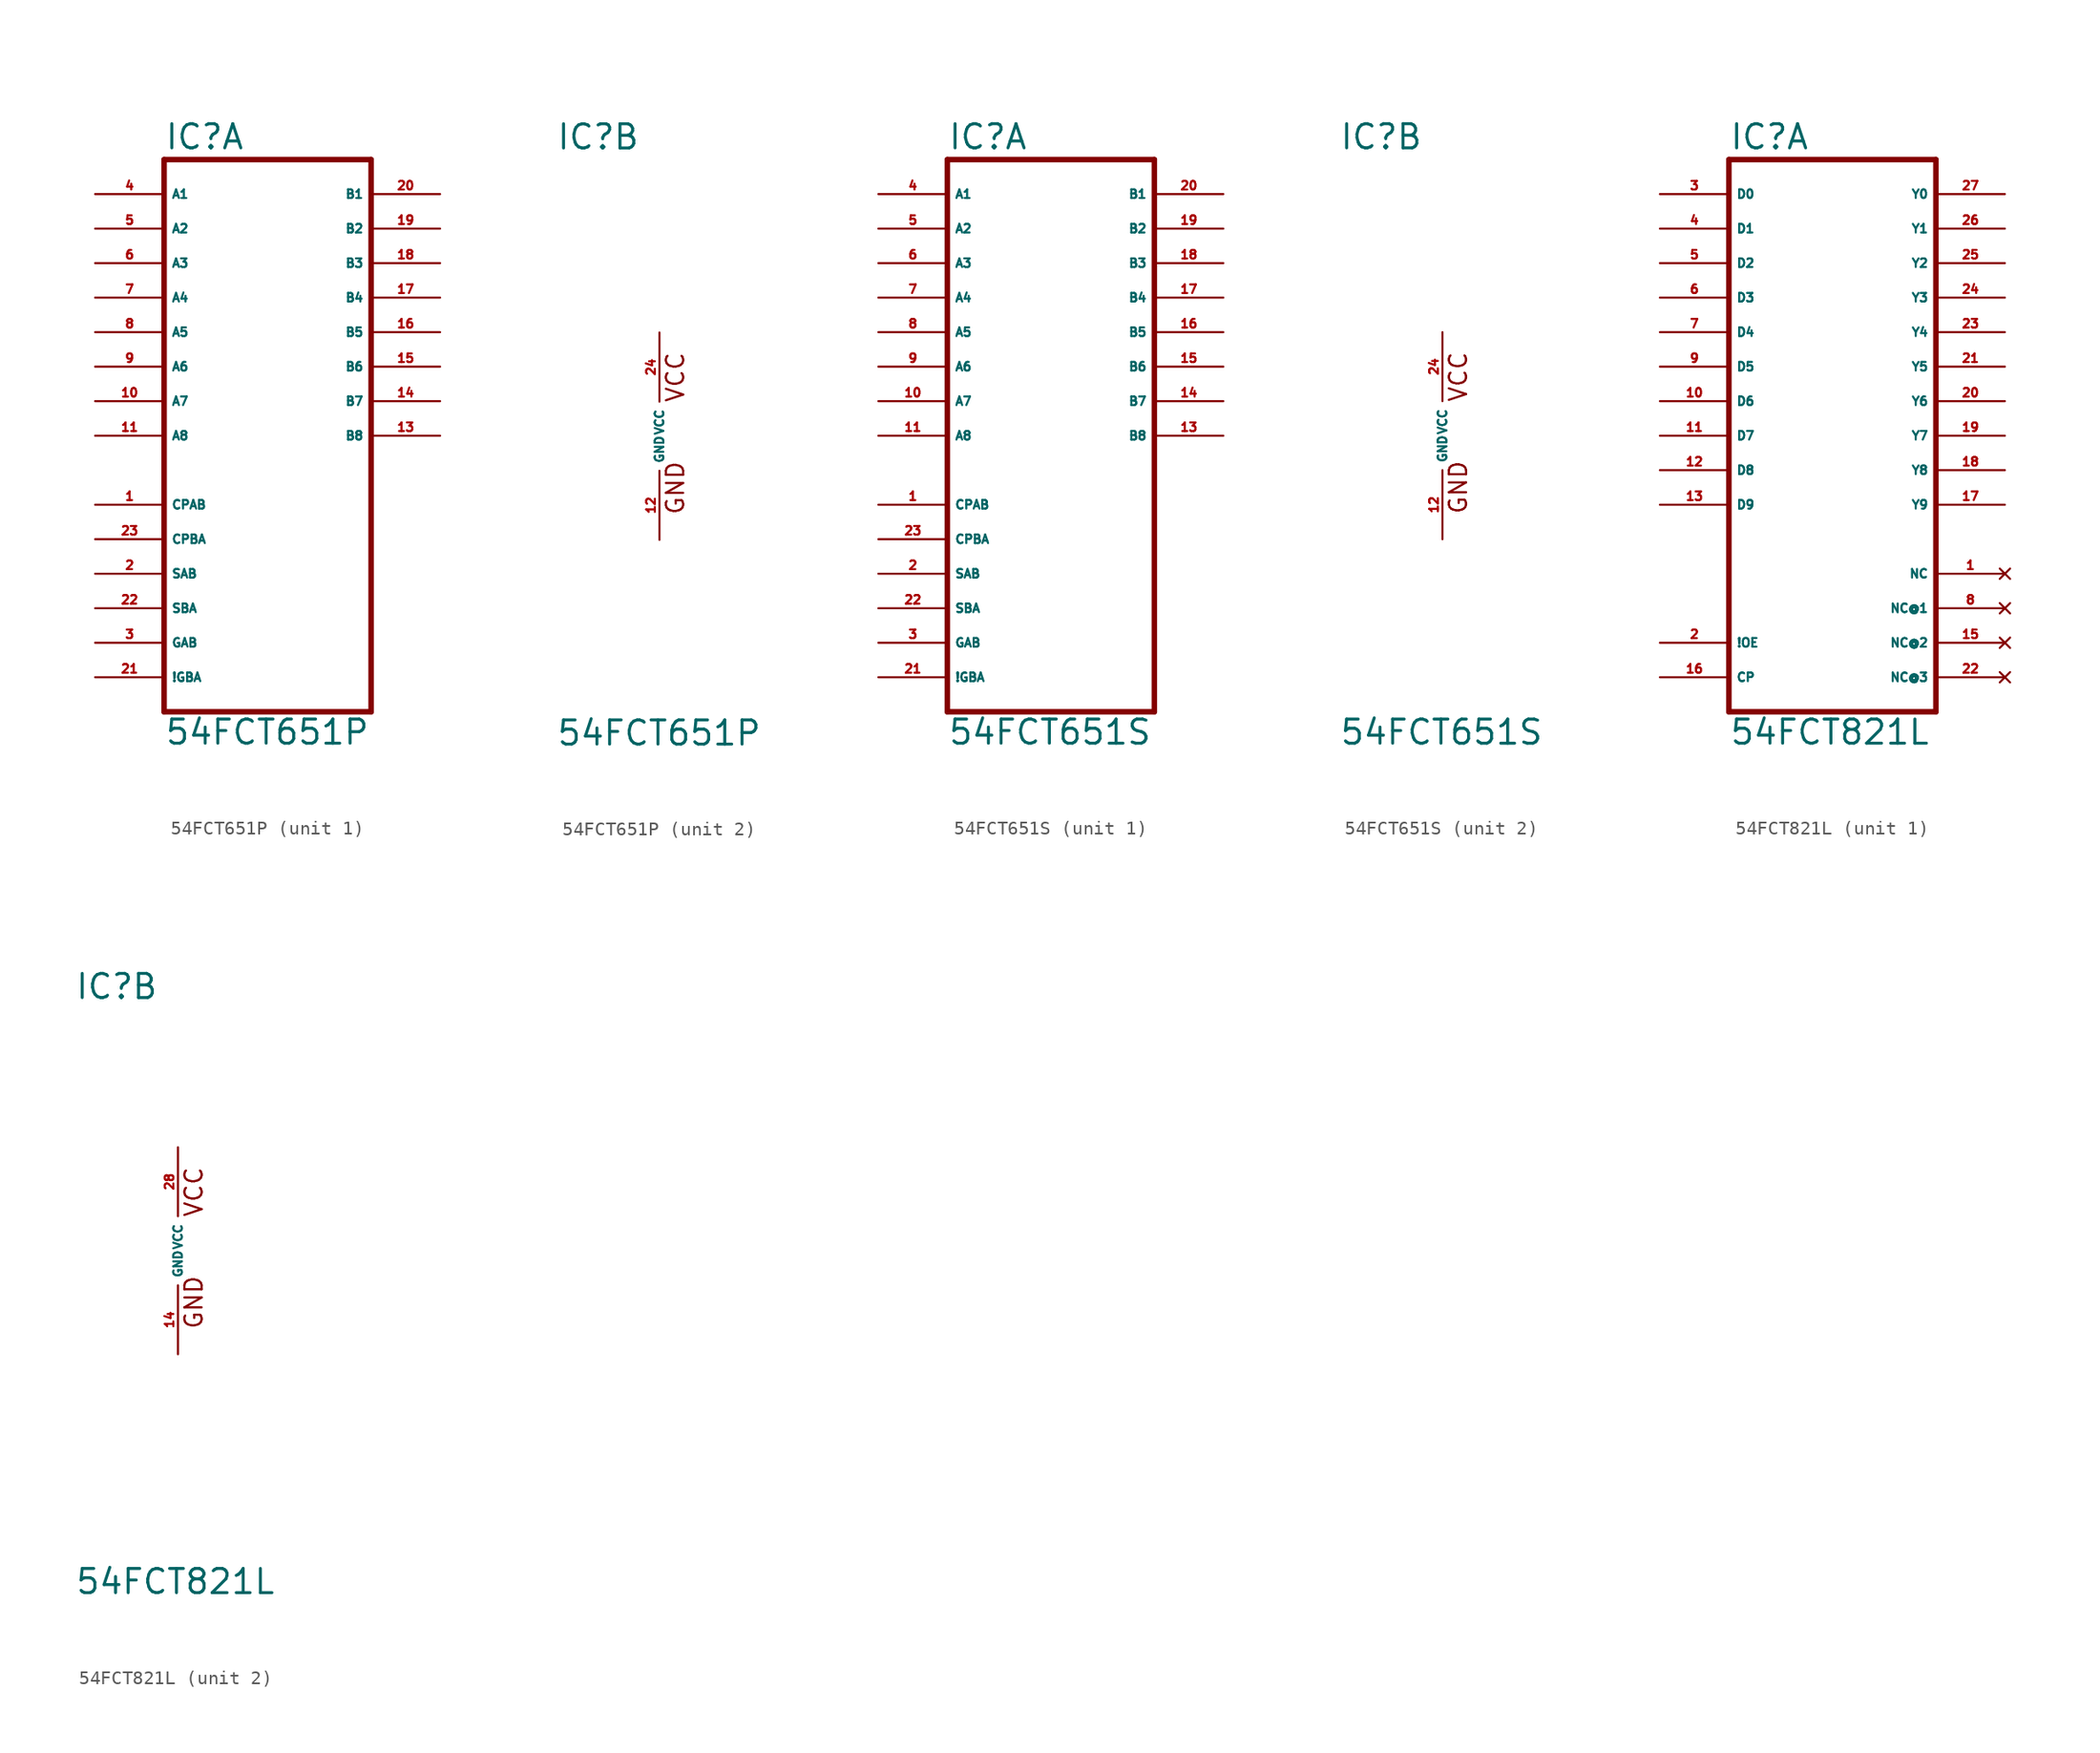
<source format=kicad_sym>
(kicad_symbol_lib
  (version 20220914)
  (generator Eagle2Kicad)
  (symbol "54FCT651P"
    (property "Reference" "IC"
      (at -7.62 20.955 0)
      (effects (font (size 1.778 1.778) (thickness 0.22)) (justify left bottom)))
    (property "Value" "54FCT651P"
      (at -7.62 -22.86 0)
      (effects (font (size 1.778 1.778) (thickness 0.22)) (justify left bottom)))
    (symbol "54FCT651P_1_0"
      (polyline (pts (xy -7.62 -20.32) (xy 7.62 -20.32)) (stroke (width 0.406) (type default)) (fill (type none)))
      (polyline (pts (xy 7.62 -20.32) (xy 7.62 20.32)) (stroke (width 0.406) (type default)) (fill (type none)))
      (polyline (pts (xy 7.62 20.32) (xy -7.62 20.32)) (stroke (width 0.406) (type default)) (fill (type none)))
      (polyline (pts (xy -7.62 20.32) (xy -7.62 -20.32)) (stroke (width 0.406) (type default)) (fill (type none)))
      (pin bidirectional line (at -12.7 17.78 0) (length 5.08) (name "A1" (effects (font (size 0.635 0.635) (thickness 0.08)) (justify left bottom))) (number "4" (effects (font (size 0.635 0.635) (thickness 0.08)) (justify left bottom))))
      (pin bidirectional line (at -12.7 15.24 0) (length 5.08) (name "A2" (effects (font (size 0.635 0.635) (thickness 0.08)) (justify left bottom))) (number "5" (effects (font (size 0.635 0.635) (thickness 0.08)) (justify left bottom))))
      (pin bidirectional line (at -12.7 12.7 0) (length 5.08) (name "A3" (effects (font (size 0.635 0.635) (thickness 0.08)) (justify left bottom))) (number "6" (effects (font (size 0.635 0.635) (thickness 0.08)) (justify left bottom))))
      (pin bidirectional line (at -12.7 10.16 0) (length 5.08) (name "A4" (effects (font (size 0.635 0.635) (thickness 0.08)) (justify left bottom))) (number "7" (effects (font (size 0.635 0.635) (thickness 0.08)) (justify left bottom))))
      (pin bidirectional line (at -12.7 7.62 0) (length 5.08) (name "A5" (effects (font (size 0.635 0.635) (thickness 0.08)) (justify left bottom))) (number "8" (effects (font (size 0.635 0.635) (thickness 0.08)) (justify left bottom))))
      (pin bidirectional line (at -12.7 5.08 0) (length 5.08) (name "A6" (effects (font (size 0.635 0.635) (thickness 0.08)) (justify left bottom))) (number "9" (effects (font (size 0.635 0.635) (thickness 0.08)) (justify left bottom))))
      (pin bidirectional line (at -12.7 2.54 0) (length 5.08) (name "A7" (effects (font (size 0.635 0.635) (thickness 0.08)) (justify left bottom))) (number "10" (effects (font (size 0.635 0.635) (thickness 0.08)) (justify left bottom))))
      (pin bidirectional line (at -12.7 0 0) (length 5.08) (name "A8" (effects (font (size 0.635 0.635) (thickness 0.08)) (justify left bottom))) (number "11" (effects (font (size 0.635 0.635) (thickness 0.08)) (justify left bottom))))
      (pin bidirectional line (at 12.7 0 180) (length 5.08) (name "B8" (effects (font (size 0.635 0.635) (thickness 0.08)) (justify left bottom))) (number "13" (effects (font (size 0.635 0.635) (thickness 0.08)) (justify left bottom))))
      (pin bidirectional line (at 12.7 17.78 180) (length 5.08) (name "B1" (effects (font (size 0.635 0.635) (thickness 0.08)) (justify left bottom))) (number "20" (effects (font (size 0.635 0.635) (thickness 0.08)) (justify left bottom))))
      (pin bidirectional line (at 12.7 15.24 180) (length 5.08) (name "B2" (effects (font (size 0.635 0.635) (thickness 0.08)) (justify left bottom))) (number "19" (effects (font (size 0.635 0.635) (thickness 0.08)) (justify left bottom))))
      (pin bidirectional line (at 12.7 12.7 180) (length 5.08) (name "B3" (effects (font (size 0.635 0.635) (thickness 0.08)) (justify left bottom))) (number "18" (effects (font (size 0.635 0.635) (thickness 0.08)) (justify left bottom))))
      (pin bidirectional line (at 12.7 10.16 180) (length 5.08) (name "B4" (effects (font (size 0.635 0.635) (thickness 0.08)) (justify left bottom))) (number "17" (effects (font (size 0.635 0.635) (thickness 0.08)) (justify left bottom))))
      (pin bidirectional line (at 12.7 7.62 180) (length 5.08) (name "B5" (effects (font (size 0.635 0.635) (thickness 0.08)) (justify left bottom))) (number "16" (effects (font (size 0.635 0.635) (thickness 0.08)) (justify left bottom))))
      (pin bidirectional line (at 12.7 5.08 180) (length 5.08) (name "B6" (effects (font (size 0.635 0.635) (thickness 0.08)) (justify left bottom))) (number "15" (effects (font (size 0.635 0.635) (thickness 0.08)) (justify left bottom))))
      (pin bidirectional line (at 12.7 2.54 180) (length 5.08) (name "B7" (effects (font (size 0.635 0.635) (thickness 0.08)) (justify left bottom))) (number "14" (effects (font (size 0.635 0.635) (thickness 0.08)) (justify left bottom))))
      (pin input line (at -12.7 -5.08 0) (length 5.08) (name "CPAB" (effects (font (size 0.635 0.635) (thickness 0.08)) (justify left bottom))) (number "1" (effects (font (size 0.635 0.635) (thickness 0.08)) (justify left bottom))))
      (pin input line (at -12.7 -7.62 0) (length 5.08) (name "CPBA" (effects (font (size 0.635 0.635) (thickness 0.08)) (justify left bottom))) (number "23" (effects (font (size 0.635 0.635) (thickness 0.08)) (justify left bottom))))
      (pin input line (at -12.7 -10.16 0) (length 5.08) (name "SAB" (effects (font (size 0.635 0.635) (thickness 0.08)) (justify left bottom))) (number "2" (effects (font (size 0.635 0.635) (thickness 0.08)) (justify left bottom))))
      (pin input line (at -12.7 -12.7 0) (length 5.08) (name "SBA" (effects (font (size 0.635 0.635) (thickness 0.08)) (justify left bottom))) (number "22" (effects (font (size 0.635 0.635) (thickness 0.08)) (justify left bottom))))
      (pin input line (at -12.7 -15.24 0) (length 5.08) (name "GAB" (effects (font (size 0.635 0.635) (thickness 0.08)) (justify left bottom))) (number "3" (effects (font (size 0.635 0.635) (thickness 0.08)) (justify left bottom))))
      (pin input line (at -12.7 -17.78 0) (length 5.08) (name "!GBA" (effects (font (size 0.635 0.635) (thickness 0.08)) (justify left bottom))) (number "21" (effects (font (size 0.635 0.635) (thickness 0.08)) (justify left bottom)))))
    (symbol "54FCT651P_2_0"
      (text "GND" (at 1.905 -5.842 900) (effects (font (size 1.27 1.27) (thickness 0.16)) (justify left bottom)))
      (text "VCC" (at 1.905 2.413 900) (effects (font (size 1.27 1.27) (thickness 0.16)) (justify left bottom)))
      (pin unspecified line (at 0 7.62 270) (length 5.08) (name "VCC" (effects (font (size 0.635 0.635) (thickness 0.08)) (justify left bottom))) (number "24" (effects (font (size 0.635 0.635) (thickness 0.08)) (justify left bottom))))
      (pin unspecified line (at 0 -7.62 90) (length 5.08) (name "GND" (effects (font (size 0.635 0.635) (thickness 0.08)) (justify left bottom))) (number "12" (effects (font (size 0.635 0.635) (thickness 0.08)) (justify left bottom))))))
  (symbol "54FCT651S"
    (property "Reference" "IC"
      (at -7.62 20.955 0)
      (effects (font (size 1.778 1.778) (thickness 0.22)) (justify left bottom)))
    (property "Value" "54FCT651S"
      (at -7.62 -22.86 0)
      (effects (font (size 1.778 1.778) (thickness 0.22)) (justify left bottom)))
    (symbol "54FCT651S_1_0"
      (polyline (pts (xy -7.62 -20.32) (xy 7.62 -20.32)) (stroke (width 0.406) (type default)) (fill (type none)))
      (polyline (pts (xy 7.62 -20.32) (xy 7.62 20.32)) (stroke (width 0.406) (type default)) (fill (type none)))
      (polyline (pts (xy 7.62 20.32) (xy -7.62 20.32)) (stroke (width 0.406) (type default)) (fill (type none)))
      (polyline (pts (xy -7.62 20.32) (xy -7.62 -20.32)) (stroke (width 0.406) (type default)) (fill (type none)))
      (pin bidirectional line (at -12.7 17.78 0) (length 5.08) (name "A1" (effects (font (size 0.635 0.635) (thickness 0.08)) (justify left bottom))) (number "4" (effects (font (size 0.635 0.635) (thickness 0.08)) (justify left bottom))))
      (pin bidirectional line (at -12.7 15.24 0) (length 5.08) (name "A2" (effects (font (size 0.635 0.635) (thickness 0.08)) (justify left bottom))) (number "5" (effects (font (size 0.635 0.635) (thickness 0.08)) (justify left bottom))))
      (pin bidirectional line (at -12.7 12.7 0) (length 5.08) (name "A3" (effects (font (size 0.635 0.635) (thickness 0.08)) (justify left bottom))) (number "6" (effects (font (size 0.635 0.635) (thickness 0.08)) (justify left bottom))))
      (pin bidirectional line (at -12.7 10.16 0) (length 5.08) (name "A4" (effects (font (size 0.635 0.635) (thickness 0.08)) (justify left bottom))) (number "7" (effects (font (size 0.635 0.635) (thickness 0.08)) (justify left bottom))))
      (pin bidirectional line (at -12.7 7.62 0) (length 5.08) (name "A5" (effects (font (size 0.635 0.635) (thickness 0.08)) (justify left bottom))) (number "8" (effects (font (size 0.635 0.635) (thickness 0.08)) (justify left bottom))))
      (pin bidirectional line (at -12.7 5.08 0) (length 5.08) (name "A6" (effects (font (size 0.635 0.635) (thickness 0.08)) (justify left bottom))) (number "9" (effects (font (size 0.635 0.635) (thickness 0.08)) (justify left bottom))))
      (pin bidirectional line (at -12.7 2.54 0) (length 5.08) (name "A7" (effects (font (size 0.635 0.635) (thickness 0.08)) (justify left bottom))) (number "10" (effects (font (size 0.635 0.635) (thickness 0.08)) (justify left bottom))))
      (pin bidirectional line (at -12.7 0 0) (length 5.08) (name "A8" (effects (font (size 0.635 0.635) (thickness 0.08)) (justify left bottom))) (number "11" (effects (font (size 0.635 0.635) (thickness 0.08)) (justify left bottom))))
      (pin bidirectional line (at 12.7 0 180) (length 5.08) (name "B8" (effects (font (size 0.635 0.635) (thickness 0.08)) (justify left bottom))) (number "13" (effects (font (size 0.635 0.635) (thickness 0.08)) (justify left bottom))))
      (pin bidirectional line (at 12.7 17.78 180) (length 5.08) (name "B1" (effects (font (size 0.635 0.635) (thickness 0.08)) (justify left bottom))) (number "20" (effects (font (size 0.635 0.635) (thickness 0.08)) (justify left bottom))))
      (pin bidirectional line (at 12.7 15.24 180) (length 5.08) (name "B2" (effects (font (size 0.635 0.635) (thickness 0.08)) (justify left bottom))) (number "19" (effects (font (size 0.635 0.635) (thickness 0.08)) (justify left bottom))))
      (pin bidirectional line (at 12.7 12.7 180) (length 5.08) (name "B3" (effects (font (size 0.635 0.635) (thickness 0.08)) (justify left bottom))) (number "18" (effects (font (size 0.635 0.635) (thickness 0.08)) (justify left bottom))))
      (pin bidirectional line (at 12.7 10.16 180) (length 5.08) (name "B4" (effects (font (size 0.635 0.635) (thickness 0.08)) (justify left bottom))) (number "17" (effects (font (size 0.635 0.635) (thickness 0.08)) (justify left bottom))))
      (pin bidirectional line (at 12.7 7.62 180) (length 5.08) (name "B5" (effects (font (size 0.635 0.635) (thickness 0.08)) (justify left bottom))) (number "16" (effects (font (size 0.635 0.635) (thickness 0.08)) (justify left bottom))))
      (pin bidirectional line (at 12.7 5.08 180) (length 5.08) (name "B6" (effects (font (size 0.635 0.635) (thickness 0.08)) (justify left bottom))) (number "15" (effects (font (size 0.635 0.635) (thickness 0.08)) (justify left bottom))))
      (pin bidirectional line (at 12.7 2.54 180) (length 5.08) (name "B7" (effects (font (size 0.635 0.635) (thickness 0.08)) (justify left bottom))) (number "14" (effects (font (size 0.635 0.635) (thickness 0.08)) (justify left bottom))))
      (pin input line (at -12.7 -5.08 0) (length 5.08) (name "CPAB" (effects (font (size 0.635 0.635) (thickness 0.08)) (justify left bottom))) (number "1" (effects (font (size 0.635 0.635) (thickness 0.08)) (justify left bottom))))
      (pin input line (at -12.7 -7.62 0) (length 5.08) (name "CPBA" (effects (font (size 0.635 0.635) (thickness 0.08)) (justify left bottom))) (number "23" (effects (font (size 0.635 0.635) (thickness 0.08)) (justify left bottom))))
      (pin input line (at -12.7 -10.16 0) (length 5.08) (name "SAB" (effects (font (size 0.635 0.635) (thickness 0.08)) (justify left bottom))) (number "2" (effects (font (size 0.635 0.635) (thickness 0.08)) (justify left bottom))))
      (pin input line (at -12.7 -12.7 0) (length 5.08) (name "SBA" (effects (font (size 0.635 0.635) (thickness 0.08)) (justify left bottom))) (number "22" (effects (font (size 0.635 0.635) (thickness 0.08)) (justify left bottom))))
      (pin input line (at -12.7 -15.24 0) (length 5.08) (name "GAB" (effects (font (size 0.635 0.635) (thickness 0.08)) (justify left bottom))) (number "3" (effects (font (size 0.635 0.635) (thickness 0.08)) (justify left bottom))))
      (pin input line (at -12.7 -17.78 0) (length 5.08) (name "!GBA" (effects (font (size 0.635 0.635) (thickness 0.08)) (justify left bottom))) (number "21" (effects (font (size 0.635 0.635) (thickness 0.08)) (justify left bottom)))))
    (symbol "54FCT651S_2_0"
      (text "GND" (at 1.905 -5.842 900) (effects (font (size 1.27 1.27) (thickness 0.16)) (justify left bottom)))
      (text "VCC" (at 1.905 2.413 900) (effects (font (size 1.27 1.27) (thickness 0.16)) (justify left bottom)))
      (pin unspecified line (at 0 7.62 270) (length 5.08) (name "VCC" (effects (font (size 0.635 0.635) (thickness 0.08)) (justify left bottom))) (number "24" (effects (font (size 0.635 0.635) (thickness 0.08)) (justify left bottom))))
      (pin unspecified line (at 0 -7.62 90) (length 5.08) (name "GND" (effects (font (size 0.635 0.635) (thickness 0.08)) (justify left bottom))) (number "12" (effects (font (size 0.635 0.635) (thickness 0.08)) (justify left bottom))))))
  (symbol "54FCT821L"
    (property "Reference" "IC"
      (at -7.62 18.415 0)
      (effects (font (size 1.778 1.778) (thickness 0.22)) (justify left bottom)))
    (property "Value" "54FCT821L"
      (at -7.62 -25.4 0)
      (effects (font (size 1.778 1.778) (thickness 0.22)) (justify left bottom)))
    (symbol "54FCT821L_1_0"
      (polyline (pts (xy -7.62 -22.86) (xy 7.62 -22.86)) (stroke (width 0.406) (type default)) (fill (type none)))
      (polyline (pts (xy 7.62 -22.86) (xy 7.62 17.78)) (stroke (width 0.406) (type default)) (fill (type none)))
      (polyline (pts (xy 7.62 17.78) (xy -7.62 17.78)) (stroke (width 0.406) (type default)) (fill (type none)))
      (polyline (pts (xy -7.62 17.78) (xy -7.62 -22.86)) (stroke (width 0.406) (type default)) (fill (type none)))
      (pin input line (at -12.7 15.24 0) (length 5.08) (name "D0" (effects (font (size 0.635 0.635) (thickness 0.08)) (justify left bottom))) (number "3" (effects (font (size 0.635 0.635) (thickness 0.08)) (justify left bottom))))
      (pin input line (at -12.7 12.7 0) (length 5.08) (name "D1" (effects (font (size 0.635 0.635) (thickness 0.08)) (justify left bottom))) (number "4" (effects (font (size 0.635 0.635) (thickness 0.08)) (justify left bottom))))
      (pin input line (at -12.7 10.16 0) (length 5.08) (name "D2" (effects (font (size 0.635 0.635) (thickness 0.08)) (justify left bottom))) (number "5" (effects (font (size 0.635 0.635) (thickness 0.08)) (justify left bottom))))
      (pin input line (at -12.7 7.62 0) (length 5.08) (name "D3" (effects (font (size 0.635 0.635) (thickness 0.08)) (justify left bottom))) (number "6" (effects (font (size 0.635 0.635) (thickness 0.08)) (justify left bottom))))
      (pin input line (at -12.7 5.08 0) (length 5.08) (name "D4" (effects (font (size 0.635 0.635) (thickness 0.08)) (justify left bottom))) (number "7" (effects (font (size 0.635 0.635) (thickness 0.08)) (justify left bottom))))
      (pin input line (at -12.7 2.54 0) (length 5.08) (name "D5" (effects (font (size 0.635 0.635) (thickness 0.08)) (justify left bottom))) (number "9" (effects (font (size 0.635 0.635) (thickness 0.08)) (justify left bottom))))
      (pin input line (at -12.7 0 0) (length 5.08) (name "D6" (effects (font (size 0.635 0.635) (thickness 0.08)) (justify left bottom))) (number "10" (effects (font (size 0.635 0.635) (thickness 0.08)) (justify left bottom))))
      (pin input line (at -12.7 -2.54 0) (length 5.08) (name "D7" (effects (font (size 0.635 0.635) (thickness 0.08)) (justify left bottom))) (number "11" (effects (font (size 0.635 0.635) (thickness 0.08)) (justify left bottom))))
      (pin input line (at -12.7 -5.08 0) (length 5.08) (name "D8" (effects (font (size 0.635 0.635) (thickness 0.08)) (justify left bottom))) (number "12" (effects (font (size 0.635 0.635) (thickness 0.08)) (justify left bottom))))
      (pin input line (at -12.7 -7.62 0) (length 5.08) (name "D9" (effects (font (size 0.635 0.635) (thickness 0.08)) (justify left bottom))) (number "13" (effects (font (size 0.635 0.635) (thickness 0.08)) (justify left bottom))))
      (pin input line (at -12.7 -17.78 0) (length 5.08) (name "!OE" (effects (font (size 0.635 0.635) (thickness 0.08)) (justify left bottom))) (number "2" (effects (font (size 0.635 0.635) (thickness 0.08)) (justify left bottom))))
      (pin input line (at -12.7 -20.32 0) (length 5.08) (name "CP" (effects (font (size 0.635 0.635) (thickness 0.08)) (justify left bottom))) (number "16" (effects (font (size 0.635 0.635) (thickness 0.08)) (justify left bottom))))
      (pin output line (at 12.7 15.24 180) (length 5.08) (name "Y0" (effects (font (size 0.635 0.635) (thickness 0.08)) (justify left bottom))) (number "27" (effects (font (size 0.635 0.635) (thickness 0.08)) (justify left bottom))))
      (pin output line (at 12.7 12.7 180) (length 5.08) (name "Y1" (effects (font (size 0.635 0.635) (thickness 0.08)) (justify left bottom))) (number "26" (effects (font (size 0.635 0.635) (thickness 0.08)) (justify left bottom))))
      (pin output line (at 12.7 10.16 180) (length 5.08) (name "Y2" (effects (font (size 0.635 0.635) (thickness 0.08)) (justify left bottom))) (number "25" (effects (font (size 0.635 0.635) (thickness 0.08)) (justify left bottom))))
      (pin output line (at 12.7 7.62 180) (length 5.08) (name "Y3" (effects (font (size 0.635 0.635) (thickness 0.08)) (justify left bottom))) (number "24" (effects (font (size 0.635 0.635) (thickness 0.08)) (justify left bottom))))
      (pin output line (at 12.7 5.08 180) (length 5.08) (name "Y4" (effects (font (size 0.635 0.635) (thickness 0.08)) (justify left bottom))) (number "23" (effects (font (size 0.635 0.635) (thickness 0.08)) (justify left bottom))))
      (pin output line (at 12.7 2.54 180) (length 5.08) (name "Y5" (effects (font (size 0.635 0.635) (thickness 0.08)) (justify left bottom))) (number "21" (effects (font (size 0.635 0.635) (thickness 0.08)) (justify left bottom))))
      (pin output line (at 12.7 0 180) (length 5.08) (name "Y6" (effects (font (size 0.635 0.635) (thickness 0.08)) (justify left bottom))) (number "20" (effects (font (size 0.635 0.635) (thickness 0.08)) (justify left bottom))))
      (pin output line (at 12.7 -2.54 180) (length 5.08) (name "Y7" (effects (font (size 0.635 0.635) (thickness 0.08)) (justify left bottom))) (number "19" (effects (font (size 0.635 0.635) (thickness 0.08)) (justify left bottom))))
      (pin output line (at 12.7 -5.08 180) (length 5.08) (name "Y8" (effects (font (size 0.635 0.635) (thickness 0.08)) (justify left bottom))) (number "18" (effects (font (size 0.635 0.635) (thickness 0.08)) (justify left bottom))))
      (pin output line (at 12.7 -7.62 180) (length 5.08) (name "Y9" (effects (font (size 0.635 0.635) (thickness 0.08)) (justify left bottom))) (number "17" (effects (font (size 0.635 0.635) (thickness 0.08)) (justify left bottom))))
      (pin no_connect line (at 12.7 -12.7 180) (length 5.08) (name "NC" (effects (font (size 0.635 0.635) (thickness 0.08)) (justify left bottom) hide)) (number "1" (effects (font (size 0.635 0.635) (thickness 0.08)) (justify left bottom) hide)))
      (pin no_connect line (at 12.7 -15.24 180) (length 5.08) (name "NC@1" (effects (font (size 0.635 0.635) (thickness 0.08)) (justify left bottom) hide)) (number "8" (effects (font (size 0.635 0.635) (thickness 0.08)) (justify left bottom) hide)))
      (pin no_connect line (at 12.7 -17.78 180) (length 5.08) (name "NC@2" (effects (font (size 0.635 0.635) (thickness 0.08)) (justify left bottom) hide)) (number "15" (effects (font (size 0.635 0.635) (thickness 0.08)) (justify left bottom) hide)))
      (pin no_connect line (at 12.7 -20.32 180) (length 5.08) (name "NC@3" (effects (font (size 0.635 0.635) (thickness 0.08)) (justify left bottom) hide)) (number "22" (effects (font (size 0.635 0.635) (thickness 0.08)) (justify left bottom) hide))))
    (symbol "54FCT821L_2_0"
      (text "GND" (at 1.905 -5.842 900) (effects (font (size 1.27 1.27) (thickness 0.16)) (justify left bottom)))
      (text "VCC" (at 1.905 2.413 900) (effects (font (size 1.27 1.27) (thickness 0.16)) (justify left bottom)))
      (pin unspecified line (at 0 7.62 270) (length 5.08) (name "VCC" (effects (font (size 0.635 0.635) (thickness 0.08)) (justify left bottom))) (number "28" (effects (font (size 0.635 0.635) (thickness 0.08)) (justify left bottom))))
      (pin unspecified line (at 0 -7.62 90) (length 5.08) (name "GND" (effects (font (size 0.635 0.635) (thickness 0.08)) (justify left bottom))) (number "14" (effects (font (size 0.635 0.635) (thickness 0.08)) (justify left bottom)))))))
</source>
